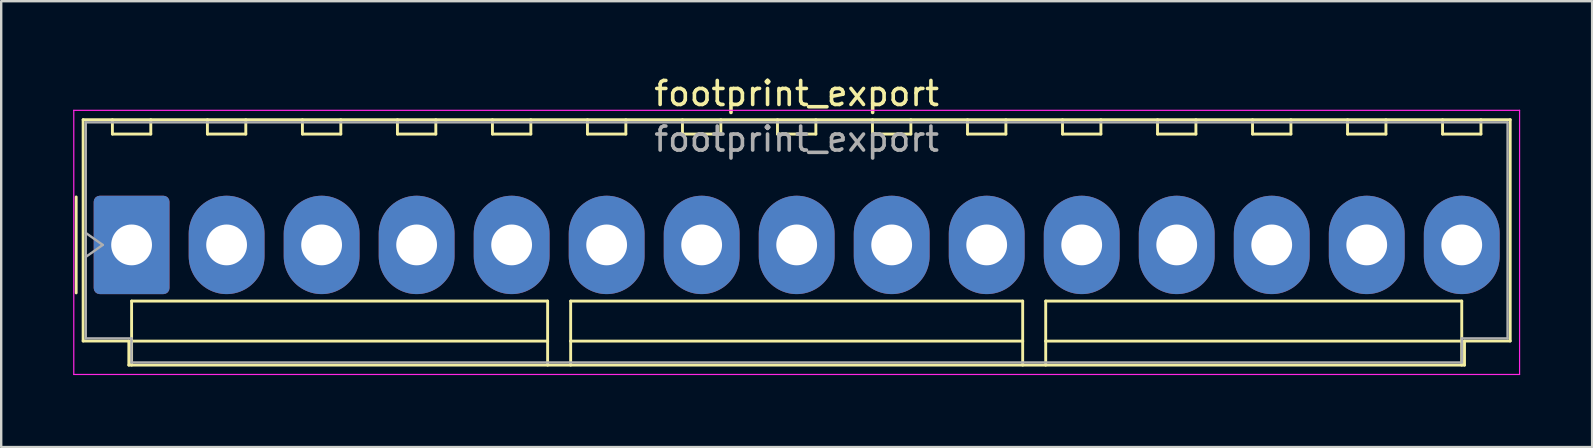
<source format=kicad_pcb>
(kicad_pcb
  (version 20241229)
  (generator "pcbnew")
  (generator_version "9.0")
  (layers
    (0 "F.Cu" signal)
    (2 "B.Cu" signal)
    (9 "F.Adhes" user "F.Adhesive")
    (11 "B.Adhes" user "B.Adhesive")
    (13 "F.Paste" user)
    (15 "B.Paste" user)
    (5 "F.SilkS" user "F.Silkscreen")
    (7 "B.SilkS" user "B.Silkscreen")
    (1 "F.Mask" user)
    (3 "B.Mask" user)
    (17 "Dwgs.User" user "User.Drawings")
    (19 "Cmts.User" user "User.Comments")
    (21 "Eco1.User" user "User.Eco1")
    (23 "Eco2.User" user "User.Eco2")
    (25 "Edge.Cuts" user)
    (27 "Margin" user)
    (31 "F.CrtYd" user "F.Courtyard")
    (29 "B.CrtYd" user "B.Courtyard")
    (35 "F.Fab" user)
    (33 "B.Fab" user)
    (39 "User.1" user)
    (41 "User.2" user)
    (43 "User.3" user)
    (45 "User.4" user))
  (footprint "footprint_export"
    (layer "F.Cu")
    (at 2.435 7.158)
    (property "Reference" "footprint_export" (at 27.72 -6.31 0) (layer "F.SilkS") (effects (font (size 1 1) (thickness 0.15))))
    (attr through_hole)
    (fp_line (start -2.31 -2) (end -2.31 2) (stroke (width 0.12) (type solid)) (layer "F.SilkS"))
    (fp_line (start -2.02 -5.22) (end 57.46 -5.22) (stroke (width 0.12) (type solid)) (layer "F.SilkS"))
    (fp_line (start -2.02 4.005) (end -2.02 -5.22) (stroke (width 0.12) (type solid)) (layer "F.SilkS"))
    (fp_line (start -0.8 -5.22) (end -0.8 -4.62) (stroke (width 0.12) (type solid)) (layer "F.SilkS"))
    (fp_line (start -0.8 -4.62) (end 0.8 -4.62) (stroke (width 0.12) (type solid)) (layer "F.SilkS"))
    (fp_line (start -0.115 4.005) (end -2.02 4.005) (stroke (width 0.12) (type solid)) (layer "F.SilkS"))
    (fp_line (start -0.115 5.01) (end -0.115 4.005) (stroke (width 0.12) (type solid)) (layer "F.SilkS"))
    (fp_line (start 0 2.34) (end 17.34 2.34) (stroke (width 0.12) (type solid)) (layer "F.SilkS"))
    (fp_line (start 0 4.01) (end 0 2.34) (stroke (width 0.12) (type solid)) (layer "F.SilkS"))
    (fp_line (start 0 4.01) (end 17.34 4.01) (stroke (width 0.12) (type solid)) (layer "F.SilkS"))
    (fp_line (start 0 5.01) (end 0 4.01) (stroke (width 0.12) (type solid)) (layer "F.SilkS"))
    (fp_line (start 0.8 -4.62) (end 0.8 -5.22) (stroke (width 0.12) (type solid)) (layer "F.SilkS"))
    (fp_line (start 3.16 -5.22) (end 3.16 -4.62) (stroke (width 0.12) (type solid)) (layer "F.SilkS"))
    (fp_line (start 3.16 -4.62) (end 4.76 -4.62) (stroke (width 0.12) (type solid)) (layer "F.SilkS"))
    (fp_line (start 4.76 -4.62) (end 4.76 -5.22) (stroke (width 0.12) (type solid)) (layer "F.SilkS"))
    (fp_line (start 7.12 -5.22) (end 7.12 -4.62) (stroke (width 0.12) (type solid)) (layer "F.SilkS"))
    (fp_line (start 7.12 -4.62) (end 8.72 -4.62) (stroke (width 0.12) (type solid)) (layer "F.SilkS"))
    (fp_line (start 8.72 -4.62) (end 8.72 -5.22) (stroke (width 0.12) (type solid)) (layer "F.SilkS"))
    (fp_line (start 11.08 -5.22) (end 11.08 -4.62) (stroke (width 0.12) (type solid)) (layer "F.SilkS"))
    (fp_line (start 11.08 -4.62) (end 12.68 -4.62) (stroke (width 0.12) (type solid)) (layer "F.SilkS"))
    (fp_line (start 12.68 -4.62) (end 12.68 -5.22) (stroke (width 0.12) (type solid)) (layer "F.SilkS"))
    (fp_line (start 15.04 -5.22) (end 15.04 -4.62) (stroke (width 0.12) (type solid)) (layer "F.SilkS"))
    (fp_line (start 15.04 -4.62) (end 16.64 -4.62) (stroke (width 0.12) (type solid)) (layer "F.SilkS"))
    (fp_line (start 16.64 -4.62) (end 16.64 -5.22) (stroke (width 0.12) (type solid)) (layer "F.SilkS"))
    (fp_line (start 17.34 2.34) (end 17.34 4.01) (stroke (width 0.12) (type solid)) (layer "F.SilkS"))
    (fp_line (start 17.34 4.01) (end 17.34 5.01) (stroke (width 0.12) (type solid)) (layer "F.SilkS"))
    (fp_line (start 18.3 2.34) (end 37.14 2.34) (stroke (width 0.12) (type solid)) (layer "F.SilkS"))
    (fp_line (start 18.3 4.01) (end 18.3 2.34) (stroke (width 0.12) (type solid)) (layer "F.SilkS"))
    (fp_line (start 18.3 4.01) (end 37.14 4.01) (stroke (width 0.12) (type solid)) (layer "F.SilkS"))
    (fp_line (start 18.3 5.01) (end 18.3 4.01) (stroke (width 0.12) (type solid)) (layer "F.SilkS"))
    (fp_line (start 19 -5.22) (end 19 -4.62) (stroke (width 0.12) (type solid)) (layer "F.SilkS"))
    (fp_line (start 19 -4.62) (end 20.6 -4.62) (stroke (width 0.12) (type solid)) (layer "F.SilkS"))
    (fp_line (start 20.6 -4.62) (end 20.6 -5.22) (stroke (width 0.12) (type solid)) (layer "F.SilkS"))
    (fp_line (start 22.96 -5.22) (end 22.96 -4.62) (stroke (width 0.12) (type solid)) (layer "F.SilkS"))
    (fp_line (start 22.96 -4.62) (end 24.56 -4.62) (stroke (width 0.12) (type solid)) (layer "F.SilkS"))
    (fp_line (start 24.56 -4.62) (end 24.56 -5.22) (stroke (width 0.12) (type solid)) (layer "F.SilkS"))
    (fp_line (start 26.92 -5.22) (end 26.92 -4.62) (stroke (width 0.12) (type solid)) (layer "F.SilkS"))
    (fp_line (start 26.92 -4.62) (end 28.52 -4.62) (stroke (width 0.12) (type solid)) (layer "F.SilkS"))
    (fp_line (start 28.52 -4.62) (end 28.52 -5.22) (stroke (width 0.12) (type solid)) (layer "F.SilkS"))
    (fp_line (start 30.88 -5.22) (end 30.88 -4.62) (stroke (width 0.12) (type solid)) (layer "F.SilkS"))
    (fp_line (start 30.88 -4.62) (end 32.48 -4.62) (stroke (width 0.12) (type solid)) (layer "F.SilkS"))
    (fp_line (start 32.48 -4.62) (end 32.48 -5.22) (stroke (width 0.12) (type solid)) (layer "F.SilkS"))
    (fp_line (start 34.84 -5.22) (end 34.84 -4.62) (stroke (width 0.12) (type solid)) (layer "F.SilkS"))
    (fp_line (start 34.84 -4.62) (end 36.44 -4.62) (stroke (width 0.12) (type solid)) (layer "F.SilkS"))
    (fp_line (start 36.44 -4.62) (end 36.44 -5.22) (stroke (width 0.12) (type solid)) (layer "F.SilkS"))
    (fp_line (start 37.14 2.34) (end 37.14 4.01) (stroke (width 0.12) (type solid)) (layer "F.SilkS"))
    (fp_line (start 37.14 4.01) (end 37.14 5.01) (stroke (width 0.12) (type solid)) (layer "F.SilkS"))
    (fp_line (start 38.1 2.34) (end 55.44 2.34) (stroke (width 0.12) (type solid)) (layer "F.SilkS"))
    (fp_line (start 38.1 4.01) (end 38.1 2.34) (stroke (width 0.12) (type solid)) (layer "F.SilkS"))
    (fp_line (start 38.1 4.01) (end 55.44 4.01) (stroke (width 0.12) (type solid)) (layer "F.SilkS"))
    (fp_line (start 38.1 5.01) (end 38.1 4.01) (stroke (width 0.12) (type solid)) (layer "F.SilkS"))
    (fp_line (start 38.8 -5.22) (end 38.8 -4.62) (stroke (width 0.12) (type solid)) (layer "F.SilkS"))
    (fp_line (start 38.8 -4.62) (end 40.4 -4.62) (stroke (width 0.12) (type solid)) (layer "F.SilkS"))
    (fp_line (start 40.4 -4.62) (end 40.4 -5.22) (stroke (width 0.12) (type solid)) (layer "F.SilkS"))
    (fp_line (start 42.76 -5.22) (end 42.76 -4.62) (stroke (width 0.12) (type solid)) (layer "F.SilkS"))
    (fp_line (start 42.76 -4.62) (end 44.36 -4.62) (stroke (width 0.12) (type solid)) (layer "F.SilkS"))
    (fp_line (start 44.36 -4.62) (end 44.36 -5.22) (stroke (width 0.12) (type solid)) (layer "F.SilkS"))
    (fp_line (start 46.72 -5.22) (end 46.72 -4.62) (stroke (width 0.12) (type solid)) (layer "F.SilkS"))
    (fp_line (start 46.72 -4.62) (end 48.32 -4.62) (stroke (width 0.12) (type solid)) (layer "F.SilkS"))
    (fp_line (start 48.32 -4.62) (end 48.32 -5.22) (stroke (width 0.12) (type solid)) (layer "F.SilkS"))
    (fp_line (start 50.68 -5.22) (end 50.68 -4.62) (stroke (width 0.12) (type solid)) (layer "F.SilkS"))
    (fp_line (start 50.68 -4.62) (end 52.28 -4.62) (stroke (width 0.12) (type solid)) (layer "F.SilkS"))
    (fp_line (start 52.28 -4.62) (end 52.28 -5.22) (stroke (width 0.12) (type solid)) (layer "F.SilkS"))
    (fp_line (start 54.64 -5.22) (end 54.64 -4.62) (stroke (width 0.12) (type solid)) (layer "F.SilkS"))
    (fp_line (start 54.64 -4.62) (end 56.24 -4.62) (stroke (width 0.12) (type solid)) (layer "F.SilkS"))
    (fp_line (start 55.44 2.34) (end 55.44 4.01) (stroke (width 0.12) (type solid)) (layer "F.SilkS"))
    (fp_line (start 55.44 4.01) (end 55.44 5.01) (stroke (width 0.12) (type solid)) (layer "F.SilkS"))
    (fp_line (start 55.555 4.005) (end 55.555 5.01) (stroke (width 0.12) (type solid)) (layer "F.SilkS"))
    (fp_line (start 55.555 5.01) (end -0.115 5.01) (stroke (width 0.12) (type solid)) (layer "F.SilkS"))
    (fp_line (start 56.24 -4.62) (end 56.24 -5.22) (stroke (width 0.12) (type solid)) (layer "F.SilkS"))
    (fp_line (start 57.46 -5.22) (end 57.46 4.005) (stroke (width 0.12) (type solid)) (layer "F.SilkS"))
    (fp_line (start 57.46 4.005) (end 55.555 4.005) (stroke (width 0.12) (type solid)) (layer "F.SilkS"))
    (fp_line (start -2.41 -5.61) (end -2.41 5.4) (stroke (width 0.05) (type solid)) (layer "F.CrtYd"))
    (fp_line (start -2.41 5.4) (end 57.85 5.4) (stroke (width 0.05) (type solid)) (layer "F.CrtYd"))
    (fp_line (start 57.85 -5.61) (end -2.41 -5.61) (stroke (width 0.05) (type solid)) (layer "F.CrtYd"))
    (fp_line (start 57.85 5.4) (end 57.85 -5.61) (stroke (width 0.05) (type solid)) (layer "F.CrtYd"))
    (fp_line (start -1.91 -5.11) (end 57.35 -5.11) (stroke (width 0.1) (type solid)) (layer "F.Fab"))
    (fp_line (start -1.91 -0.5) (end -1.203 0) (stroke (width 0.1) (type solid)) (layer "F.Fab"))
    (fp_line (start -1.91 3.895) (end -1.91 -5.11) (stroke (width 0.1) (type solid)) (layer "F.Fab"))
    (fp_line (start -1.203 0) (end -1.91 0.5) (stroke (width 0.1) (type solid)) (layer "F.Fab"))
    (fp_line (start -0.005 3.895) (end -1.91 3.895) (stroke (width 0.1) (type solid)) (layer "F.Fab"))
    (fp_line (start -0.005 4.9) (end -0.005 3.895) (stroke (width 0.1) (type solid)) (layer "F.Fab"))
    (fp_line (start 55.445 3.895) (end 55.445 4.9) (stroke (width 0.1) (type solid)) (layer "F.Fab"))
    (fp_line (start 55.445 4.9) (end -0.005 4.9) (stroke (width 0.1) (type solid)) (layer "F.Fab"))
    (fp_line (start 57.35 -5.11) (end 57.35 3.895) (stroke (width 0.1) (type solid)) (layer "F.Fab"))
    (fp_line (start 57.35 3.895) (end 55.445 3.895) (stroke (width 0.1) (type solid)) (layer "F.Fab"))
    (fp_text user "${REFERENCE}" (at 27.72 -4.41 0) (layer "F.Fab") (effects (font (size 1 1) (thickness 0.15))))
    (pad "1" thru_hole roundrect (at 0 0) (size 3.16 4.1) (drill 1.7) (layers "*.Cu" "*.Mask") (roundrect_rratio 0.079))
    (pad "2" thru_hole oval (at 3.96 0) (size 3.16 4.1) (drill 1.7) (layers "*.Cu" "*.Mask"))
    (pad "3" thru_hole oval (at 7.92 0) (size 3.16 4.1) (drill 1.7) (layers "*.Cu" "*.Mask"))
    (pad "4" thru_hole oval (at 11.88 0) (size 3.16 4.1) (drill 1.7) (layers "*.Cu" "*.Mask"))
    (pad "5" thru_hole oval (at 15.84 0) (size 3.16 4.1) (drill 1.7) (layers "*.Cu" "*.Mask"))
    (pad "6" thru_hole oval (at 19.8 0) (size 3.16 4.1) (drill 1.7) (layers "*.Cu" "*.Mask"))
    (pad "7" thru_hole oval (at 23.76 0) (size 3.16 4.1) (drill 1.7) (layers "*.Cu" "*.Mask"))
    (pad "8" thru_hole oval (at 27.72 0) (size 3.16 4.1) (drill 1.7) (layers "*.Cu" "*.Mask"))
    (pad "9" thru_hole oval (at 31.68 0) (size 3.16 4.1) (drill 1.7) (layers "*.Cu" "*.Mask"))
    (pad "10" thru_hole oval (at 35.64 0) (size 3.16 4.1) (drill 1.7) (layers "*.Cu" "*.Mask"))
    (pad "11" thru_hole oval (at 39.6 0) (size 3.16 4.1) (drill 1.7) (layers "*.Cu" "*.Mask"))
    (pad "12" thru_hole oval (at 43.56 0) (size 3.16 4.1) (drill 1.7) (layers "*.Cu" "*.Mask"))
    (pad "13" thru_hole oval (at 47.52 0) (size 3.16 4.1) (drill 1.7) (layers "*.Cu" "*.Mask"))
    (pad "14" thru_hole oval (at 51.48 0) (size 3.16 4.1) (drill 1.7) (layers "*.Cu" "*.Mask"))
    (pad "15" thru_hole oval (at 55.44 0) (size 3.16 4.1) (drill 1.7) (layers "*.Cu" "*.Mask")))
  (gr_rect
    (start -3 -3)
    (end 63.31 15.583)
    (stroke (width 0.1) (type default))
    (fill no)
    (layer "Edge.Cuts")))
</source>
